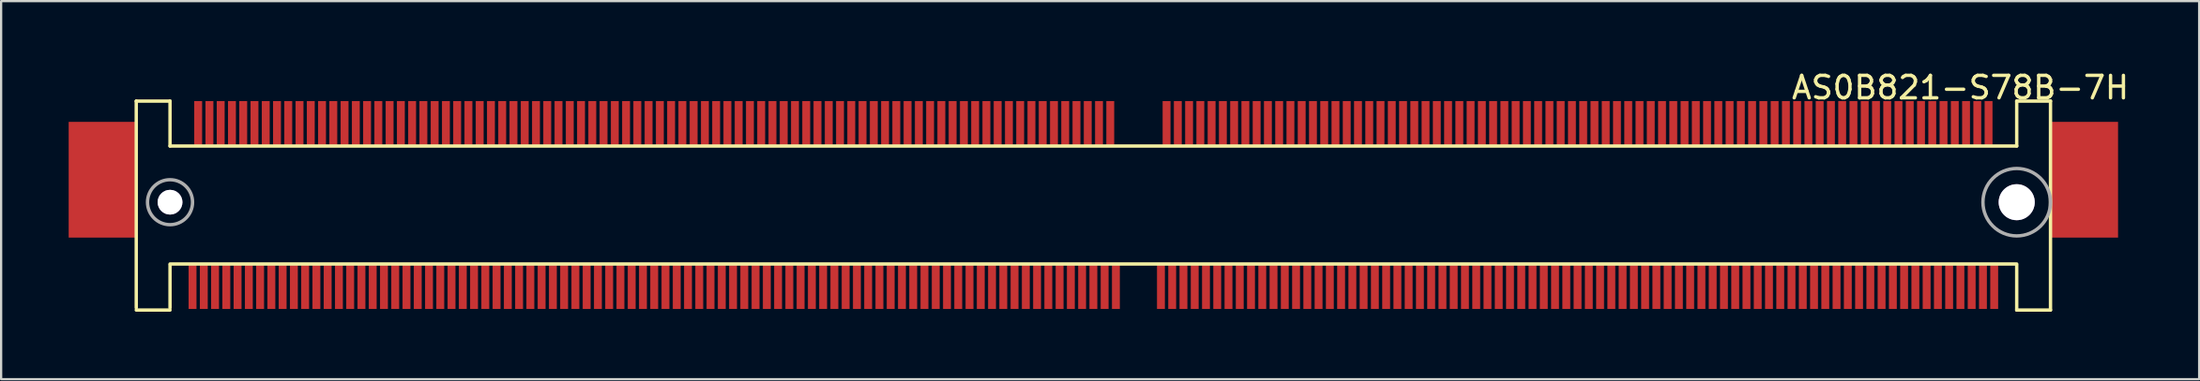
<source format=kicad_pcb>
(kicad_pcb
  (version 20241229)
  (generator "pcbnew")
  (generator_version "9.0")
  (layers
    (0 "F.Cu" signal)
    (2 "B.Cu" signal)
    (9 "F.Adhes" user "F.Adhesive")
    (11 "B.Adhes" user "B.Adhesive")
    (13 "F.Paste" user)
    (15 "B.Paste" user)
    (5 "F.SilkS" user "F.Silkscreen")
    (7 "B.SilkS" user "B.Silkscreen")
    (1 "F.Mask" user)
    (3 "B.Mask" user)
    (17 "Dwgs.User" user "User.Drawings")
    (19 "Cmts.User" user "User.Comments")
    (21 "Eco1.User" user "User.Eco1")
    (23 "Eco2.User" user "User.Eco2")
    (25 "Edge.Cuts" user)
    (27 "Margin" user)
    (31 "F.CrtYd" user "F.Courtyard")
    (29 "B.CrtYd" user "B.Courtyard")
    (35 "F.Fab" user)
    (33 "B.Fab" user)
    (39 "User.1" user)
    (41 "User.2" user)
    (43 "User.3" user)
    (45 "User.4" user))
  (footprint "AS0B821-S78B-7H"
    (layer "F.Cu")
    (at 86.5 5.948)
    (property "Reference" "AS0B821-S78B-7H" (at -2.5 -5.1 0) (layer "F.SilkS") (effects (font (size 1 1) (thickness 0.15))))
    (attr through_hole)
    (fp_line (start -83.5 -4.5) (end -83.5 4.7) (stroke (width 0.15) (type solid)) (layer "F.SilkS"))
    (fp_line (start -83.5 4.8) (end -82 4.8) (stroke (width 0.15) (type solid)) (layer "F.SilkS"))
    (fp_line (start -82 -4.5) (end -83.5 -4.5) (stroke (width 0.15) (type solid)) (layer "F.SilkS"))
    (fp_line (start -82 -2.5) (end -82 -4.5) (stroke (width 0.15) (type solid)) (layer "F.SilkS"))
    (fp_line (start -82 -2.5) (end 0 -2.5) (stroke (width 0.15) (type solid)) (layer "F.SilkS"))
    (fp_line (start -82 4.7) (end -82 2.8) (stroke (width 0.15) (type solid)) (layer "F.SilkS"))
    (fp_line (start 0 -4.5) (end 1.5 -4.5) (stroke (width 0.15) (type solid)) (layer "F.SilkS"))
    (fp_line (start 0 -2.5) (end 0 -4.5) (stroke (width 0.15) (type solid)) (layer "F.SilkS"))
    (fp_line (start 0 2.75) (end -82 2.75) (stroke (width 0.15) (type solid)) (layer "F.SilkS"))
    (fp_line (start 0 4.8) (end 0 2.8) (stroke (width 0.15) (type solid)) (layer "F.SilkS"))
    (fp_line (start 1.5 -4.5) (end 1.5 4.8) (stroke (width 0.15) (type solid)) (layer "F.SilkS"))
    (fp_line (start 1.5 4.8) (end 0 4.8) (stroke (width 0.15) (type solid)) (layer "F.SilkS"))
    (fp_circle (center -82 0) (end -82 -1) (stroke (width 0.15) (type solid)) (fill no) (layer "F.Fab"))
    (fp_circle (center 0 0) (end 0 -1.5) (stroke (width 0.15) (type solid)) (fill no) (layer "F.Fab"))
    (pad "1" smd rect (at -71 3.75) (size 0.35 2) (layers "F.Cu" "F.Mask" "F.Paste"))
    (pad "1E1" smd rect (at -81 3.75) (size 0.35 2) (layers "F.Cu" "F.Mask" "F.Paste"))
    (pad "1E2" smd rect (at -80.5 3.75) (size 0.35 2) (layers "F.Cu" "F.Mask" "F.Paste"))
    (pad "1E3" smd rect (at -80 3.75) (size 0.35 2) (layers "F.Cu" "F.Mask" "F.Paste"))
    (pad "1E4" smd rect (at -79.5 3.75) (size 0.35 2) (layers "F.Cu" "F.Mask" "F.Paste"))
    (pad "1E5" smd rect (at -79 3.75) (size 0.35 2) (layers "F.Cu" "F.Mask" "F.Paste"))
    (pad "1E6" smd rect (at -78.5 3.75) (size 0.35 2) (layers "F.Cu" "F.Mask" "F.Paste"))
    (pad "1E7" smd rect (at -78 3.75) (size 0.35 2) (layers "F.Cu" "F.Mask" "F.Paste"))
    (pad "1E8" smd rect (at -77.5 3.75) (size 0.35 2) (layers "F.Cu" "F.Mask" "F.Paste"))
    (pad "1E9" smd rect (at -77 3.75) (size 0.35 2) (layers "F.Cu" "F.Mask" "F.Paste"))
    (pad "1E10" smd rect (at -76.5 3.75) (size 0.35 2) (layers "F.Cu" "F.Mask" "F.Paste"))
    (pad "2" smd rect (at -70.75 -3.5) (size 0.35 2) (layers "F.Cu" "F.Mask" "F.Paste"))
    (pad "2E1" smd rect (at -80.75 -3.5) (size 0.35 2) (layers "F.Cu" "F.Mask" "F.Paste"))
    (pad "2E2" smd rect (at -80.25 -3.5) (size 0.35 2) (layers "F.Cu" "F.Mask" "F.Paste"))
    (pad "2E3" smd rect (at -79.75 -3.5) (size 0.35 2) (layers "F.Cu" "F.Mask" "F.Paste"))
    (pad "2E4" smd rect (at -79.25 -3.5) (size 0.35 2) (layers "F.Cu" "F.Mask" "F.Paste"))
    (pad "2E5" smd rect (at -78.75 -3.5) (size 0.35 2) (layers "F.Cu" "F.Mask" "F.Paste"))
    (pad "2E6" smd rect (at -78.25 -3.5) (size 0.35 2) (layers "F.Cu" "F.Mask" "F.Paste"))
    (pad "2E7" smd rect (at -77.75 -3.5) (size 0.35 2) (layers "F.Cu" "F.Mask" "F.Paste"))
    (pad "2E8" smd rect (at -77.25 -3.5) (size 0.35 2) (layers "F.Cu" "F.Mask" "F.Paste"))
    (pad "2E9" smd rect (at -76.75 -3.5) (size 0.35 2) (layers "F.Cu" "F.Mask" "F.Paste"))
    (pad "2E10" smd rect (at -76.25 -3.5) (size 0.35 2) (layers "F.Cu" "F.Mask" "F.Paste"))
    (pad "3" smd rect (at -70.5 3.75) (size 0.35 2) (layers "F.Cu" "F.Mask" "F.Paste"))
    (pad "3E1" smd rect (at -76 3.75) (size 0.35 2) (layers "F.Cu" "F.Mask" "F.Paste"))
    (pad "3E2" smd rect (at -75.5 3.75) (size 0.35 2) (layers "F.Cu" "F.Mask" "F.Paste"))
    (pad "3E3" smd rect (at -75 3.75) (size 0.35 2) (layers "F.Cu" "F.Mask" "F.Paste"))
    (pad "3E4" smd rect (at -74.5 3.75) (size 0.35 2) (layers "F.Cu" "F.Mask" "F.Paste"))
    (pad "3E5" smd rect (at -74 3.75) (size 0.35 2) (layers "F.Cu" "F.Mask" "F.Paste"))
    (pad "3E6" smd rect (at -73.5 3.75) (size 0.35 2) (layers "F.Cu" "F.Mask" "F.Paste"))
    (pad "3E7" smd rect (at -73 3.75) (size 0.35 2) (layers "F.Cu" "F.Mask" "F.Paste"))
    (pad "3E8" smd rect (at -72.5 3.75) (size 0.35 2) (layers "F.Cu" "F.Mask" "F.Paste"))
    (pad "3E9" smd rect (at -72 3.75) (size 0.35 2) (layers "F.Cu" "F.Mask" "F.Paste"))
    (pad "3E10" smd rect (at -71.5 3.75) (size 0.35 2) (layers "F.Cu" "F.Mask" "F.Paste"))
    (pad "4" smd rect (at -70.25 -3.5) (size 0.35 2) (layers "F.Cu" "F.Mask" "F.Paste"))
    (pad "4E1" smd rect (at -75.75 -3.5) (size 0.35 2) (layers "F.Cu" "F.Mask" "F.Paste"))
    (pad "4E2" smd rect (at -75.25 -3.5) (size 0.35 2) (layers "F.Cu" "F.Mask" "F.Paste"))
    (pad "4E3" smd rect (at -74.75 -3.5) (size 0.35 2) (layers "F.Cu" "F.Mask" "F.Paste"))
    (pad "4E4" smd rect (at -74.25 -3.5) (size 0.35 2) (layers "F.Cu" "F.Mask" "F.Paste"))
    (pad "4E5" smd rect (at -73.75 -3.5) (size 0.35 2) (layers "F.Cu" "F.Mask" "F.Paste"))
    (pad "4E6" smd rect (at -73.25 -3.5) (size 0.35 2) (layers "F.Cu" "F.Mask" "F.Paste"))
    (pad "4E7" smd rect (at -72.75 -3.5) (size 0.35 2) (layers "F.Cu" "F.Mask" "F.Paste"))
    (pad "4E8" smd rect (at -72.25 -3.5) (size 0.35 2) (layers "F.Cu" "F.Mask" "F.Paste"))
    (pad "4E9" smd rect (at -71.75 -3.5) (size 0.35 2) (layers "F.Cu" "F.Mask" "F.Paste"))
    (pad "4E10" smd rect (at -71.25 -3.5) (size 0.35 2) (layers "F.Cu" "F.Mask" "F.Paste"))
    (pad "5" smd rect (at -70 3.75) (size 0.35 2) (layers "F.Cu" "F.Mask" "F.Paste"))
    (pad "6" smd rect (at -69.75 -3.5) (size 0.35 2) (layers "F.Cu" "F.Mask" "F.Paste"))
    (pad "7" smd rect (at -69.5 3.75) (size 0.35 2) (layers "F.Cu" "F.Mask" "F.Paste"))
    (pad "8" smd rect (at -69.25 -3.5) (size 0.35 2) (layers "F.Cu" "F.Mask" "F.Paste"))
    (pad "9" smd rect (at -69 3.75) (size 0.35 2) (layers "F.Cu" "F.Mask" "F.Paste"))
    (pad "10" smd rect (at -68.75 -3.5) (size 0.35 2) (layers "F.Cu" "F.Mask" "F.Paste"))
    (pad "11" smd rect (at -68.5 3.75) (size 0.35 2) (layers "F.Cu" "F.Mask" "F.Paste"))
    (pad "12" smd rect (at -68.25 -3.5) (size 0.35 2) (layers "F.Cu" "F.Mask" "F.Paste"))
    (pad "13" smd rect (at -68 3.75) (size 0.35 2) (layers "F.Cu" "F.Mask" "F.Paste"))
    (pad "14" smd rect (at -67.75 -3.5) (size 0.35 2) (layers "F.Cu" "F.Mask" "F.Paste"))
    (pad "15" smd rect (at -67.5 3.75) (size 0.35 2) (layers "F.Cu" "F.Mask" "F.Paste"))
    (pad "16" smd rect (at -67.25 -3.5) (size 0.35 2) (layers "F.Cu" "F.Mask" "F.Paste"))
    (pad "17" smd rect (at -67 3.75) (size 0.35 2) (layers "F.Cu" "F.Mask" "F.Paste"))
    (pad "18" smd rect (at -66.75 -3.5) (size 0.35 2) (layers "F.Cu" "F.Mask" "F.Paste"))
    (pad "19" smd rect (at -66.5 3.75) (size 0.35 2) (layers "F.Cu" "F.Mask" "F.Paste"))
    (pad "20" smd rect (at -66.25 -3.5) (size 0.35 2) (layers "F.Cu" "F.Mask" "F.Paste"))
    (pad "21" smd rect (at -66 3.75) (size 0.35 2) (layers "F.Cu" "F.Mask" "F.Paste"))
    (pad "22" smd rect (at -65.75 -3.5) (size 0.35 2) (layers "F.Cu" "F.Mask" "F.Paste"))
    (pad "23" smd rect (at -65.5 3.75) (size 0.35 2) (layers "F.Cu" "F.Mask" "F.Paste"))
    (pad "24" smd rect (at -65.25 -3.5) (size 0.35 2) (layers "F.Cu" "F.Mask" "F.Paste"))
    (pad "25" smd rect (at -65 3.75) (size 0.35 2) (layers "F.Cu" "F.Mask" "F.Paste"))
    (pad "26" smd rect (at -64.75 -3.5) (size 0.35 2) (layers "F.Cu" "F.Mask" "F.Paste"))
    (pad "27" smd rect (at -64.5 3.75) (size 0.35 2) (layers "F.Cu" "F.Mask" "F.Paste"))
    (pad "28" smd rect (at -64.25 -3.5) (size 0.35 2) (layers "F.Cu" "F.Mask" "F.Paste"))
    (pad "29" smd rect (at -64 3.75) (size 0.35 2) (layers "F.Cu" "F.Mask" "F.Paste"))
    (pad "30" smd rect (at -63.75 -3.5) (size 0.35 2) (layers "F.Cu" "F.Mask" "F.Paste"))
    (pad "31" smd rect (at -63.5 3.75) (size 0.35 2) (layers "F.Cu" "F.Mask" "F.Paste"))
    (pad "32" smd rect (at -63.25 -3.5) (size 0.35 2) (layers "F.Cu" "F.Mask" "F.Paste"))
    (pad "33" smd rect (at -63 3.75) (size 0.35 2) (layers "F.Cu" "F.Mask" "F.Paste"))
    (pad "34" smd rect (at -62.75 -3.5) (size 0.35 2) (layers "F.Cu" "F.Mask" "F.Paste"))
    (pad "35" smd rect (at -62.5 3.75) (size 0.35 2) (layers "F.Cu" "F.Mask" "F.Paste"))
    (pad "36" smd rect (at -62.25 -3.5) (size 0.35 2) (layers "F.Cu" "F.Mask" "F.Paste"))
    (pad "37" smd rect (at -62 3.75) (size 0.35 2) (layers "F.Cu" "F.Mask" "F.Paste"))
    (pad "38" smd rect (at -61.75 -3.5) (size 0.35 2) (layers "F.Cu" "F.Mask" "F.Paste"))
    (pad "39" smd rect (at -61.5 3.75) (size 0.35 2) (layers "F.Cu" "F.Mask" "F.Paste"))
    (pad "40" smd rect (at -61.25 -3.5) (size 0.35 2) (layers "F.Cu" "F.Mask" "F.Paste"))
    (pad "41" smd rect (at -61 3.75) (size 0.35 2) (layers "F.Cu" "F.Mask" "F.Paste"))
    (pad "42" smd rect (at -60.75 -3.5) (size 0.35 2) (layers "F.Cu" "F.Mask" "F.Paste"))
    (pad "43" smd rect (at -60.5 3.75) (size 0.35 2) (layers "F.Cu" "F.Mask" "F.Paste"))
    (pad "44" smd rect (at -60.25 -3.5) (size 0.35 2) (layers "F.Cu" "F.Mask" "F.Paste"))
    (pad "45" smd rect (at -60 3.75) (size 0.35 2) (layers "F.Cu" "F.Mask" "F.Paste"))
    (pad "46" smd rect (at -59.75 -3.5) (size 0.35 2) (layers "F.Cu" "F.Mask" "F.Paste"))
    (pad "47" smd rect (at -59.5 3.75) (size 0.35 2) (layers "F.Cu" "F.Mask" "F.Paste"))
    (pad "48" smd rect (at -59.25 -3.5) (size 0.35 2) (layers "F.Cu" "F.Mask" "F.Paste"))
    (pad "49" smd rect (at -59 3.75) (size 0.35 2) (layers "F.Cu" "F.Mask" "F.Paste"))
    (pad "50" smd rect (at -58.75 -3.5) (size 0.35 2) (layers "F.Cu" "F.Mask" "F.Paste"))
    (pad "51" smd rect (at -58.5 3.75) (size 0.35 2) (layers "F.Cu" "F.Mask" "F.Paste"))
    (pad "52" smd rect (at -58.25 -3.5) (size 0.35 2) (layers "F.Cu" "F.Mask" "F.Paste"))
    (pad "53" smd rect (at -58 3.75) (size 0.35 2) (layers "F.Cu" "F.Mask" "F.Paste"))
    (pad "54" smd rect (at -57.75 -3.5) (size 0.35 2) (layers "F.Cu" "F.Mask" "F.Paste"))
    (pad "55" smd rect (at -57.5 3.75) (size 0.35 2) (layers "F.Cu" "F.Mask" "F.Paste"))
    (pad "56" smd rect (at -57.25 -3.5) (size 0.35 2) (layers "F.Cu" "F.Mask" "F.Paste"))
    (pad "57" smd rect (at -57 3.75) (size 0.35 2) (layers "F.Cu" "F.Mask" "F.Paste"))
    (pad "58" smd rect (at -56.75 -3.5) (size 0.35 2) (layers "F.Cu" "F.Mask" "F.Paste"))
    (pad "59" smd rect (at -56.5 3.75) (size 0.35 2) (layers "F.Cu" "F.Mask" "F.Paste"))
    (pad "60" smd rect (at -56.25 -3.5) (size 0.35 2) (layers "F.Cu" "F.Mask" "F.Paste"))
    (pad "61" smd rect (at -56 3.75) (size 0.35 2) (layers "F.Cu" "F.Mask" "F.Paste"))
    (pad "62" smd rect (at -55.75 -3.5) (size 0.35 2) (layers "F.Cu" "F.Mask" "F.Paste"))
    (pad "63" smd rect (at -55.5 3.75) (size 0.35 2) (layers "F.Cu" "F.Mask" "F.Paste"))
    (pad "64" smd rect (at -55.25 -3.5) (size 0.35 2) (layers "F.Cu" "F.Mask" "F.Paste"))
    (pad "65" smd rect (at -55 3.75) (size 0.35 2) (layers "F.Cu" "F.Mask" "F.Paste"))
    (pad "66" smd rect (at -54.75 -3.5) (size 0.35 2) (layers "F.Cu" "F.Mask" "F.Paste"))
    (pad "67" smd rect (at -54.5 3.75) (size 0.35 2) (layers "F.Cu" "F.Mask" "F.Paste"))
    (pad "68" smd rect (at -54.25 -3.5) (size 0.35 2) (layers "F.Cu" "F.Mask" "F.Paste"))
    (pad "69" smd rect (at -54 3.75) (size 0.35 2) (layers "F.Cu" "F.Mask" "F.Paste"))
    (pad "70" smd rect (at -53.75 -3.5) (size 0.35 2) (layers "F.Cu" "F.Mask" "F.Paste"))
    (pad "71" smd rect (at -53.5 3.75) (size 0.35 2) (layers "F.Cu" "F.Mask" "F.Paste"))
    (pad "72" smd rect (at -53.25 -3.5) (size 0.35 2) (layers "F.Cu" "F.Mask" "F.Paste"))
    (pad "73" smd rect (at -53 3.75) (size 0.35 2) (layers "F.Cu" "F.Mask" "F.Paste"))
    (pad "74" smd rect (at -52.75 -3.5) (size 0.35 2) (layers "F.Cu" "F.Mask" "F.Paste"))
    (pad "75" smd rect (at -52.5 3.75) (size 0.35 2) (layers "F.Cu" "F.Mask" "F.Paste"))
    (pad "76" smd rect (at -52.25 -3.5) (size 0.35 2) (layers "F.Cu" "F.Mask" "F.Paste"))
    (pad "77" smd rect (at -52 3.75) (size 0.35 2) (layers "F.Cu" "F.Mask" "F.Paste"))
    (pad "78" smd rect (at -51.75 -3.5) (size 0.35 2) (layers "F.Cu" "F.Mask" "F.Paste"))
    (pad "79" smd rect (at -51.5 3.75) (size 0.35 2) (layers "F.Cu" "F.Mask" "F.Paste"))
    (pad "80" smd rect (at -51.25 -3.5) (size 0.35 2) (layers "F.Cu" "F.Mask" "F.Paste"))
    (pad "81" smd rect (at -51 3.75) (size 0.35 2) (layers "F.Cu" "F.Mask" "F.Paste"))
    (pad "82" smd rect (at -50.75 -3.5) (size 0.35 2) (layers "F.Cu" "F.Mask" "F.Paste"))
    (pad "83" smd rect (at -50.5 3.75) (size 0.35 2) (layers "F.Cu" "F.Mask" "F.Paste"))
    (pad "84" smd rect (at -50.25 -3.5) (size 0.35 2) (layers "F.Cu" "F.Mask" "F.Paste"))
    (pad "85" smd rect (at -50 3.75) (size 0.35 2) (layers "F.Cu" "F.Mask" "F.Paste"))
    (pad "86" smd rect (at -49.75 -3.5) (size 0.35 2) (layers "F.Cu" "F.Mask" "F.Paste"))
    (pad "87" smd rect (at -49.5 3.75) (size 0.35 2) (layers "F.Cu" "F.Mask" "F.Paste"))
    (pad "88" smd rect (at -49.25 -3.5) (size 0.35 2) (layers "F.Cu" "F.Mask" "F.Paste"))
    (pad "89" smd rect (at -49 3.75) (size 0.35 2) (layers "F.Cu" "F.Mask" "F.Paste"))
    (pad "90" smd rect (at -48.75 -3.5) (size 0.35 2) (layers "F.Cu" "F.Mask" "F.Paste"))
    (pad "91" smd rect (at -48.5 3.75) (size 0.35 2) (layers "F.Cu" "F.Mask" "F.Paste"))
    (pad "92" smd rect (at -48.25 -3.5) (size 0.35 2) (layers "F.Cu" "F.Mask" "F.Paste"))
    (pad "93" smd rect (at -48 3.75) (size 0.35 2) (layers "F.Cu" "F.Mask" "F.Paste"))
    (pad "94" smd rect (at -47.75 -3.5) (size 0.35 2) (layers "F.Cu" "F.Mask" "F.Paste"))
    (pad "95" smd rect (at -47.5 3.75) (size 0.35 2) (layers "F.Cu" "F.Mask" "F.Paste"))
    (pad "96" smd rect (at -47.25 -3.5) (size 0.35 2) (layers "F.Cu" "F.Mask" "F.Paste"))
    (pad "97" smd rect (at -47 3.75) (size 0.35 2) (layers "F.Cu" "F.Mask" "F.Paste"))
    (pad "98" smd rect (at -46.75 -3.5) (size 0.35 2) (layers "F.Cu" "F.Mask" "F.Paste"))
    (pad "99" smd rect (at -46.5 3.75) (size 0.35 2) (layers "F.Cu" "F.Mask" "F.Paste"))
    (pad "100" smd rect (at -46.25 -3.5) (size 0.35 2) (layers "F.Cu" "F.Mask" "F.Paste"))
    (pad "101" smd rect (at -46 3.75) (size 0.35 2) (layers "F.Cu" "F.Mask" "F.Paste"))
    (pad "102" smd rect (at -45.75 -3.5) (size 0.35 2) (layers "F.Cu" "F.Mask" "F.Paste"))
    (pad "103" smd rect (at -45.5 3.75) (size 0.35 2) (layers "F.Cu" "F.Mask" "F.Paste"))
    (pad "104" smd rect (at -45.25 -3.5) (size 0.35 2) (layers "F.Cu" "F.Mask" "F.Paste"))
    (pad "105" smd rect (at -45 3.75) (size 0.35 2) (layers "F.Cu" "F.Mask" "F.Paste"))
    (pad "106" smd rect (at -44.75 -3.5) (size 0.35 2) (layers "F.Cu" "F.Mask" "F.Paste"))
    (pad "107" smd rect (at -44.5 3.75) (size 0.35 2) (layers "F.Cu" "F.Mask" "F.Paste"))
    (pad "108" smd rect (at -44.25 -3.5) (size 0.35 2) (layers "F.Cu" "F.Mask" "F.Paste"))
    (pad "109" smd rect (at -44 3.75) (size 0.35 2) (layers "F.Cu" "F.Mask" "F.Paste"))
    (pad "110" smd rect (at -43.75 -3.5) (size 0.35 2) (layers "F.Cu" "F.Mask" "F.Paste"))
    (pad "111" smd rect (at -43.5 3.75) (size 0.35 2) (layers "F.Cu" "F.Mask" "F.Paste"))
    (pad "112" smd rect (at -43.25 -3.5) (size 0.35 2) (layers "F.Cu" "F.Mask" "F.Paste"))
    (pad "113" smd rect (at -43 3.75) (size 0.35 2) (layers "F.Cu" "F.Mask" "F.Paste"))
    (pad "114" smd rect (at -42.75 -3.5) (size 0.35 2) (layers "F.Cu" "F.Mask" "F.Paste"))
    (pad "115" smd rect (at -42.5 3.75) (size 0.35 2) (layers "F.Cu" "F.Mask" "F.Paste"))
    (pad "116" smd rect (at -42.25 -3.5) (size 0.35 2) (layers "F.Cu" "F.Mask" "F.Paste"))
    (pad "117" smd rect (at -42 3.75) (size 0.35 2) (layers "F.Cu" "F.Mask" "F.Paste"))
    (pad "118" smd rect (at -41.75 -3.5) (size 0.35 2) (layers "F.Cu" "F.Mask" "F.Paste"))
    (pad "119" smd rect (at -41.5 3.75) (size 0.35 2) (layers "F.Cu" "F.Mask" "F.Paste"))
    (pad "120" smd rect (at -41.25 -3.5) (size 0.35 2) (layers "F.Cu" "F.Mask" "F.Paste"))
    (pad "121" smd rect (at -41 3.75) (size 0.35 2) (layers "F.Cu" "F.Mask" "F.Paste"))
    (pad "122" smd rect (at -40.75 -3.5) (size 0.35 2) (layers "F.Cu" "F.Mask" "F.Paste"))
    (pad "123" smd rect (at -40.5 3.75) (size 0.35 2) (layers "F.Cu" "F.Mask" "F.Paste"))
    (pad "124" smd rect (at -40.25 -3.5) (size 0.35 2) (layers "F.Cu" "F.Mask" "F.Paste"))
    (pad "125" smd rect (at -40 3.75) (size 0.35 2) (layers "F.Cu" "F.Mask" "F.Paste"))
    (pad "133" smd rect (at -38 3.75) (size 0.35 2) (layers "F.Cu" "F.Mask" "F.Paste"))
    (pad "134" smd rect (at -37.75 -3.5) (size 0.35 2) (layers "F.Cu" "F.Mask" "F.Paste"))
    (pad "135" smd rect (at -37.5 3.75) (size 0.35 2) (layers "F.Cu" "F.Mask" "F.Paste"))
    (pad "136" smd rect (at -37.25 -3.5) (size 0.35 2) (layers "F.Cu" "F.Mask" "F.Paste"))
    (pad "137" smd rect (at -37 3.75) (size 0.35 2) (layers "F.Cu" "F.Mask" "F.Paste"))
    (pad "138" smd rect (at -36.75 -3.5) (size 0.35 2) (layers "F.Cu" "F.Mask" "F.Paste"))
    (pad "139" smd rect (at -36.5 3.75) (size 0.35 2) (layers "F.Cu" "F.Mask" "F.Paste"))
    (pad "140" smd rect (at -36.25 -3.5) (size 0.35 2) (layers "F.Cu" "F.Mask" "F.Paste"))
    (pad "141" smd rect (at -36 3.75) (size 0.35 2) (layers "F.Cu" "F.Mask" "F.Paste"))
    (pad "142" smd rect (at -35.75 -3.5) (size 0.35 2) (layers "F.Cu" "F.Mask" "F.Paste"))
    (pad "143" smd rect (at -35.5 3.75) (size 0.35 2) (layers "F.Cu" "F.Mask" "F.Paste"))
    (pad "144" smd rect (at -35.25 -3.5) (size 0.35 2) (layers "F.Cu" "F.Mask" "F.Paste"))
    (pad "145" smd rect (at -35 3.75) (size 0.35 2) (layers "F.Cu" "F.Mask" "F.Paste"))
    (pad "146" smd rect (at -34.75 -3.5) (size 0.35 2) (layers "F.Cu" "F.Mask" "F.Paste"))
    (pad "147" smd rect (at -34.5 3.75) (size 0.35 2) (layers "F.Cu" "F.Mask" "F.Paste"))
    (pad "148" smd rect (at -34.25 -3.5) (size 0.35 2) (layers "F.Cu" "F.Mask" "F.Paste"))
    (pad "149" smd rect (at -34 3.75) (size 0.35 2) (layers "F.Cu" "F.Mask" "F.Paste"))
    (pad "150" smd rect (at -33.75 -3.5) (size 0.35 2) (layers "F.Cu" "F.Mask" "F.Paste"))
    (pad "151" smd rect (at -33.5 3.75) (size 0.35 2) (layers "F.Cu" "F.Mask" "F.Paste"))
    (pad "152" smd rect (at -33.25 -3.5) (size 0.35 2) (layers "F.Cu" "F.Mask" "F.Paste"))
    (pad "153" smd rect (at -33 3.75) (size 0.35 2) (layers "F.Cu" "F.Mask" "F.Paste"))
    (pad "154" smd rect (at -32.75 -3.5) (size 0.35 2) (layers "F.Cu" "F.Mask" "F.Paste"))
    (pad "155" smd rect (at -32.5 3.75) (size 0.35 2) (layers "F.Cu" "F.Mask" "F.Paste"))
    (pad "156" smd rect (at -32.25 -3.5) (size 0.35 2) (layers "F.Cu" "F.Mask" "F.Paste"))
    (pad "157" smd rect (at -32 3.75) (size 0.35 2) (layers "F.Cu" "F.Mask" "F.Paste"))
    (pad "158" smd rect (at -31.75 -3.5) (size 0.35 2) (layers "F.Cu" "F.Mask" "F.Paste"))
    (pad "159" smd rect (at -31.5 3.75) (size 0.35 2) (layers "F.Cu" "F.Mask" "F.Paste"))
    (pad "160" smd rect (at -31.25 -3.5) (size 0.35 2) (layers "F.Cu" "F.Mask" "F.Paste"))
    (pad "161" smd rect (at -31 3.75) (size 0.35 2) (layers "F.Cu" "F.Mask" "F.Paste"))
    (pad "162" smd rect (at -30.75 -3.5) (size 0.35 2) (layers "F.Cu" "F.Mask" "F.Paste"))
    (pad "163" smd rect (at -30.5 3.75) (size 0.35 2) (layers "F.Cu" "F.Mask" "F.Paste"))
    (pad "164" smd rect (at -30.25 -3.5) (size 0.35 2) (layers "F.Cu" "F.Mask" "F.Paste"))
    (pad "165" smd rect (at -30 3.75) (size 0.35 2) (layers "F.Cu" "F.Mask" "F.Paste"))
    (pad "166" smd rect (at -29.75 -3.5) (size 0.35 2) (layers "F.Cu" "F.Mask" "F.Paste"))
    (pad "167" smd rect (at -29.5 3.75) (size 0.35 2) (layers "F.Cu" "F.Mask" "F.Paste"))
    (pad "168" smd rect (at -29.25 -3.5) (size 0.35 2) (layers "F.Cu" "F.Mask" "F.Paste"))
    (pad "169" smd rect (at -29 3.75) (size 0.35 2) (layers "F.Cu" "F.Mask" "F.Paste"))
    (pad "170" smd rect (at -28.75 -3.5) (size 0.35 2) (layers "F.Cu" "F.Mask" "F.Paste"))
    (pad "171" smd rect (at -28.5 3.75) (size 0.35 2) (layers "F.Cu" "F.Mask" "F.Paste"))
    (pad "172" smd rect (at -28.25 -3.5) (size 0.35 2) (layers "F.Cu" "F.Mask" "F.Paste"))
    (pad "173" smd rect (at -28 3.75) (size 0.35 2) (layers "F.Cu" "F.Mask" "F.Paste"))
    (pad "174" smd rect (at -27.75 -3.5) (size 0.35 2) (layers "F.Cu" "F.Mask" "F.Paste"))
    (pad "175" smd rect (at -27.5 3.75) (size 0.35 2) (layers "F.Cu" "F.Mask" "F.Paste"))
    (pad "176" smd rect (at -27.25 -3.5) (size 0.35 2) (layers "F.Cu" "F.Mask" "F.Paste"))
    (pad "177" smd rect (at -27 3.75) (size 0.35 2) (layers "F.Cu" "F.Mask" "F.Paste"))
    (pad "178" smd rect (at -26.75 -3.5) (size 0.35 2) (layers "F.Cu" "F.Mask" "F.Paste"))
    (pad "179" smd rect (at -26.5 3.75) (size 0.35 2) (layers "F.Cu" "F.Mask" "F.Paste"))
    (pad "180" smd rect (at -26.25 -3.5) (size 0.35 2) (layers "F.Cu" "F.Mask" "F.Paste"))
    (pad "181" smd rect (at -26 3.75) (size 0.35 2) (layers "F.Cu" "F.Mask" "F.Paste"))
    (pad "182" smd rect (at -25.75 -3.5) (size 0.35 2) (layers "F.Cu" "F.Mask" "F.Paste"))
    (pad "183" smd rect (at -25.5 3.75) (size 0.35 2) (layers "F.Cu" "F.Mask" "F.Paste"))
    (pad "184" smd rect (at -25.25 -3.5) (size 0.35 2) (layers "F.Cu" "F.Mask" "F.Paste"))
    (pad "185" smd rect (at -25 3.75) (size 0.35 2) (layers "F.Cu" "F.Mask" "F.Paste"))
    (pad "186" smd rect (at -24.75 -3.5) (size 0.35 2) (layers "F.Cu" "F.Mask" "F.Paste"))
    (pad "187" smd rect (at -24.5 3.75) (size 0.35 2) (layers "F.Cu" "F.Mask" "F.Paste"))
    (pad "188" smd rect (at -24.25 -3.5) (size 0.35 2) (layers "F.Cu" "F.Mask" "F.Paste"))
    (pad "189" smd rect (at -24 3.75) (size 0.35 2) (layers "F.Cu" "F.Mask" "F.Paste"))
    (pad "190" smd rect (at -23.75 -3.5) (size 0.35 2) (layers "F.Cu" "F.Mask" "F.Paste"))
    (pad "191" smd rect (at -23.5 3.75) (size 0.35 2) (layers "F.Cu" "F.Mask" "F.Paste"))
    (pad "192" smd rect (at -23.25 -3.5) (size 0.35 2) (layers "F.Cu" "F.Mask" "F.Paste"))
    (pad "193" smd rect (at -23 3.75) (size 0.35 2) (layers "F.Cu" "F.Mask" "F.Paste"))
    (pad "194" smd rect (at -22.75 -3.5) (size 0.35 2) (layers "F.Cu" "F.Mask" "F.Paste"))
    (pad "195" smd rect (at -22.5 3.75) (size 0.35 2) (layers "F.Cu" "F.Mask" "F.Paste"))
    (pad "196" smd rect (at -22.25 -3.5) (size 0.35 2) (layers "F.Cu" "F.Mask" "F.Paste"))
    (pad "197" smd rect (at -22 3.75) (size 0.35 2) (layers "F.Cu" "F.Mask" "F.Paste"))
    (pad "198" smd rect (at -21.75 -3.5) (size 0.35 2) (layers "F.Cu" "F.Mask" "F.Paste"))
    (pad "199" smd rect (at -21.5 3.75) (size 0.35 2) (layers "F.Cu" "F.Mask" "F.Paste"))
    (pad "200" smd rect (at -21.25 -3.5) (size 0.35 2) (layers "F.Cu" "F.Mask" "F.Paste"))
    (pad "201" smd rect (at -21 3.75) (size 0.35 2) (layers "F.Cu" "F.Mask" "F.Paste"))
    (pad "202" smd rect (at -20.75 -3.5) (size 0.35 2) (layers "F.Cu" "F.Mask" "F.Paste"))
    (pad "203" smd rect (at -20.5 3.75) (size 0.35 2) (layers "F.Cu" "F.Mask" "F.Paste"))
    (pad "204" smd rect (at -20.25 -3.5) (size 0.35 2) (layers "F.Cu" "F.Mask" "F.Paste"))
    (pad "205" smd rect (at -20 3.75) (size 0.35 2) (layers "F.Cu" "F.Mask" "F.Paste"))
    (pad "206" smd rect (at -19.75 -3.5) (size 0.35 2) (layers "F.Cu" "F.Mask" "F.Paste"))
    (pad "207" smd rect (at -19.5 3.75) (size 0.35 2) (layers "F.Cu" "F.Mask" "F.Paste"))
    (pad "208" smd rect (at -19.25 -3.5) (size 0.35 2) (layers "F.Cu" "F.Mask" "F.Paste"))
    (pad "209" smd rect (at -19 3.75) (size 0.35 2) (layers "F.Cu" "F.Mask" "F.Paste"))
    (pad "210" smd rect (at -18.75 -3.5) (size 0.35 2) (layers "F.Cu" "F.Mask" "F.Paste"))
    (pad "211" smd rect (at -18.5 3.75) (size 0.35 2) (layers "F.Cu" "F.Mask" "F.Paste"))
    (pad "212" smd rect (at -18.25 -3.5) (size 0.35 2) (layers "F.Cu" "F.Mask" "F.Paste"))
    (pad "213" smd rect (at -18 3.75) (size 0.35 2) (layers "F.Cu" "F.Mask" "F.Paste"))
    (pad "214" smd rect (at -17.75 -3.5) (size 0.35 2) (layers "F.Cu" "F.Mask" "F.Paste"))
    (pad "215" smd rect (at -17.5 3.75) (size 0.35 2) (layers "F.Cu" "F.Mask" "F.Paste"))
    (pad "216" smd rect (at -17.25 -3.5) (size 0.35 2) (layers "F.Cu" "F.Mask" "F.Paste"))
    (pad "217" smd rect (at -17 3.75) (size 0.35 2) (layers "F.Cu" "F.Mask" "F.Paste"))
    (pad "218" smd rect (at -16.75 -3.5) (size 0.35 2) (layers "F.Cu" "F.Mask" "F.Paste"))
    (pad "219" smd rect (at -16.5 3.75) (size 0.35 2) (layers "F.Cu" "F.Mask" "F.Paste"))
    (pad "220" smd rect (at -16.25 -3.5) (size 0.35 2) (layers "F.Cu" "F.Mask" "F.Paste"))
    (pad "221" smd rect (at -16 3.75) (size 0.35 2) (layers "F.Cu" "F.Mask" "F.Paste"))
    (pad "222" smd rect (at -15.75 -3.5) (size 0.35 2) (layers "F.Cu" "F.Mask" "F.Paste"))
    (pad "223" smd rect (at -15.5 3.75) (size 0.35 2) (layers "F.Cu" "F.Mask" "F.Paste"))
    (pad "224" smd rect (at -15.25 -3.5) (size 0.35 2) (layers "F.Cu" "F.Mask" "F.Paste"))
    (pad "225" smd rect (at -15 3.75) (size 0.35 2) (layers "F.Cu" "F.Mask" "F.Paste"))
    (pad "226" smd rect (at -14.75 -3.5) (size 0.35 2) (layers "F.Cu" "F.Mask" "F.Paste"))
    (pad "227" smd rect (at -14.5 3.75) (size 0.35 2) (layers "F.Cu" "F.Mask" "F.Paste"))
    (pad "228" smd rect (at -14.25 -3.5) (size 0.35 2) (layers "F.Cu" "F.Mask" "F.Paste"))
    (pad "229" smd rect (at -14 3.75) (size 0.35 2) (layers "F.Cu" "F.Mask" "F.Paste"))
    (pad "230" smd rect (at -13.75 -3.5) (size 0.35 2) (layers "F.Cu" "F.Mask" "F.Paste"))
    (pad "231" smd rect (at -13.5 3.75) (size 0.35 2) (layers "F.Cu" "F.Mask" "F.Paste"))
    (pad "232" smd rect (at -13.25 -3.5) (size 0.35 2) (layers "F.Cu" "F.Mask" "F.Paste"))
    (pad "233" smd rect (at -13 3.75) (size 0.35 2) (layers "F.Cu" "F.Mask" "F.Paste"))
    (pad "234" smd rect (at -12.75 -3.5) (size 0.35 2) (layers "F.Cu" "F.Mask" "F.Paste"))
    (pad "235" smd rect (at -12.5 3.75) (size 0.35 2) (layers "F.Cu" "F.Mask" "F.Paste"))
    (pad "236" smd rect (at -12.25 -3.5) (size 0.35 2) (layers "F.Cu" "F.Mask" "F.Paste"))
    (pad "237" smd rect (at -12 3.75) (size 0.35 2) (layers "F.Cu" "F.Mask" "F.Paste"))
    (pad "238" smd rect (at -11.75 -3.5) (size 0.35 2) (layers "F.Cu" "F.Mask" "F.Paste"))
    (pad "239" smd rect (at -11.5 3.75) (size 0.35 2) (layers "F.Cu" "F.Mask" "F.Paste"))
    (pad "240" smd rect (at -11.25 -3.5) (size 0.35 2) (layers "F.Cu" "F.Mask" "F.Paste"))
    (pad "241" smd rect (at -11 3.75) (size 0.35 2) (layers "F.Cu" "F.Mask" "F.Paste"))
    (pad "242" smd rect (at -10.75 -3.5) (size 0.35 2) (layers "F.Cu" "F.Mask" "F.Paste"))
    (pad "243" smd rect (at -10.5 3.75) (size 0.35 2) (layers "F.Cu" "F.Mask" "F.Paste"))
    (pad "244" smd rect (at -10.25 -3.5) (size 0.35 2) (layers "F.Cu" "F.Mask" "F.Paste"))
    (pad "245" smd rect (at -10 3.75) (size 0.35 2) (layers "F.Cu" "F.Mask" "F.Paste"))
    (pad "246" smd rect (at -9.75 -3.5) (size 0.35 2) (layers "F.Cu" "F.Mask" "F.Paste"))
    (pad "247" smd rect (at -9.5 3.75) (size 0.35 2) (layers "F.Cu" "F.Mask" "F.Paste"))
    (pad "248" smd rect (at -9.25 -3.5) (size 0.35 2) (layers "F.Cu" "F.Mask" "F.Paste"))
    (pad "249" smd rect (at -9 3.75) (size 0.35 2) (layers "F.Cu" "F.Mask" "F.Paste"))
    (pad "250" smd rect (at -8.75 -3.5) (size 0.35 2) (layers "F.Cu" "F.Mask" "F.Paste"))
    (pad "251" smd rect (at -8.5 3.75) (size 0.35 2) (layers "F.Cu" "F.Mask" "F.Paste"))
    (pad "252" smd rect (at -8.25 -3.5) (size 0.35 2) (layers "F.Cu" "F.Mask" "F.Paste"))
    (pad "253" smd rect (at -8 3.75) (size 0.35 2) (layers "F.Cu" "F.Mask" "F.Paste"))
    (pad "254" smd rect (at -7.75 -3.5) (size 0.35 2) (layers "F.Cu" "F.Mask" "F.Paste"))
    (pad "255" smd rect (at -7.5 3.75) (size 0.35 2) (layers "F.Cu" "F.Mask" "F.Paste"))
    (pad "256" smd rect (at -7.25 -3.5) (size 0.35 2) (layers "F.Cu" "F.Mask" "F.Paste"))
    (pad "257" smd rect (at -7 3.75) (size 0.35 2) (layers "F.Cu" "F.Mask" "F.Paste"))
    (pad "258" smd rect (at -6.75 -3.5) (size 0.35 2) (layers "F.Cu" "F.Mask" "F.Paste"))
    (pad "259" smd rect (at -6.5 3.75) (size 0.35 2) (layers "F.Cu" "F.Mask" "F.Paste"))
    (pad "260" smd rect (at -6.25 -3.5) (size 0.35 2) (layers "F.Cu" "F.Mask" "F.Paste"))
    (pad "261" smd rect (at -6 3.75) (size 0.35 2) (layers "F.Cu" "F.Mask" "F.Paste"))
    (pad "262" smd rect (at -5.75 -3.5) (size 0.35 2) (layers "F.Cu" "F.Mask" "F.Paste"))
    (pad "263" smd rect (at -5.5 3.75) (size 0.35 2) (layers "F.Cu" "F.Mask" "F.Paste"))
    (pad "264" smd rect (at -5.25 -3.5) (size 0.35 2) (layers "F.Cu" "F.Mask" "F.Paste"))
    (pad "265" smd rect (at -5 3.75) (size 0.35 2) (layers "F.Cu" "F.Mask" "F.Paste"))
    (pad "266" smd rect (at -4.75 -3.5) (size 0.35 2) (layers "F.Cu" "F.Mask" "F.Paste"))
    (pad "267" smd rect (at -4.5 3.75) (size 0.35 2) (layers "F.Cu" "F.Mask" "F.Paste"))
    (pad "268" smd rect (at -4.25 -3.5) (size 0.35 2) (layers "F.Cu" "F.Mask" "F.Paste"))
    (pad "269" smd rect (at -4 3.75) (size 0.35 2) (layers "F.Cu" "F.Mask" "F.Paste"))
    (pad "270" smd rect (at -3.75 -3.5) (size 0.35 2) (layers "F.Cu" "F.Mask" "F.Paste"))
    (pad "271" smd rect (at -3.5 3.75) (size 0.35 2) (layers "F.Cu" "F.Mask" "F.Paste"))
    (pad "272" smd rect (at -3.25 -3.5) (size 0.35 2) (layers "F.Cu" "F.Mask" "F.Paste"))
    (pad "273" smd rect (at -3 3.75) (size 0.35 2) (layers "F.Cu" "F.Mask" "F.Paste"))
    (pad "274" smd rect (at -2.75 -3.5) (size 0.35 2) (layers "F.Cu" "F.Mask" "F.Paste"))
    (pad "275" smd rect (at -2.5 3.75) (size 0.35 2) (layers "F.Cu" "F.Mask" "F.Paste"))
    (pad "276" smd rect (at -2.25 -3.5) (size 0.35 2) (layers "F.Cu" "F.Mask" "F.Paste"))
    (pad "277" smd rect (at -2 3.75) (size 0.35 2) (layers "F.Cu" "F.Mask" "F.Paste"))
    (pad "278" smd rect (at -1.75 -3.5) (size 0.35 2) (layers "F.Cu" "F.Mask" "F.Paste"))
    (pad "279" smd rect (at -1.5 3.75) (size 0.35 2) (layers "F.Cu" "F.Mask" "F.Paste"))
    (pad "280" smd rect (at -1.25 -3.5) (size 0.35 2) (layers "F.Cu" "F.Mask" "F.Paste"))
    (pad "281" smd rect (at -1 3.75) (size 0.35 2) (layers "F.Cu" "F.Mask" "F.Paste"))
    (pad "H1" thru_hole circle (at -82 0) (size 1.1 1.1) (drill 1.1) (layers "*.Cu"))
    (pad "H2" thru_hole circle (at 0 0) (size 1.6 1.6) (drill 1.6) (layers "*.Cu"))
    (pad "P1" smd rect (at 3 -1) (size 3 5.15) (layers "F.Cu" "F.Mask" "F.Paste"))
    (pad "P2" smd rect (at -85 -1) (size 3 5.15) (layers "F.Cu" "F.Mask" "F.Paste")))
  (gr_rect
    (start -3 -3)
    (end 94.601 13.823)
    (stroke (width 0.1) (type default))
    (fill no)
    (layer "Edge.Cuts")))
</source>
